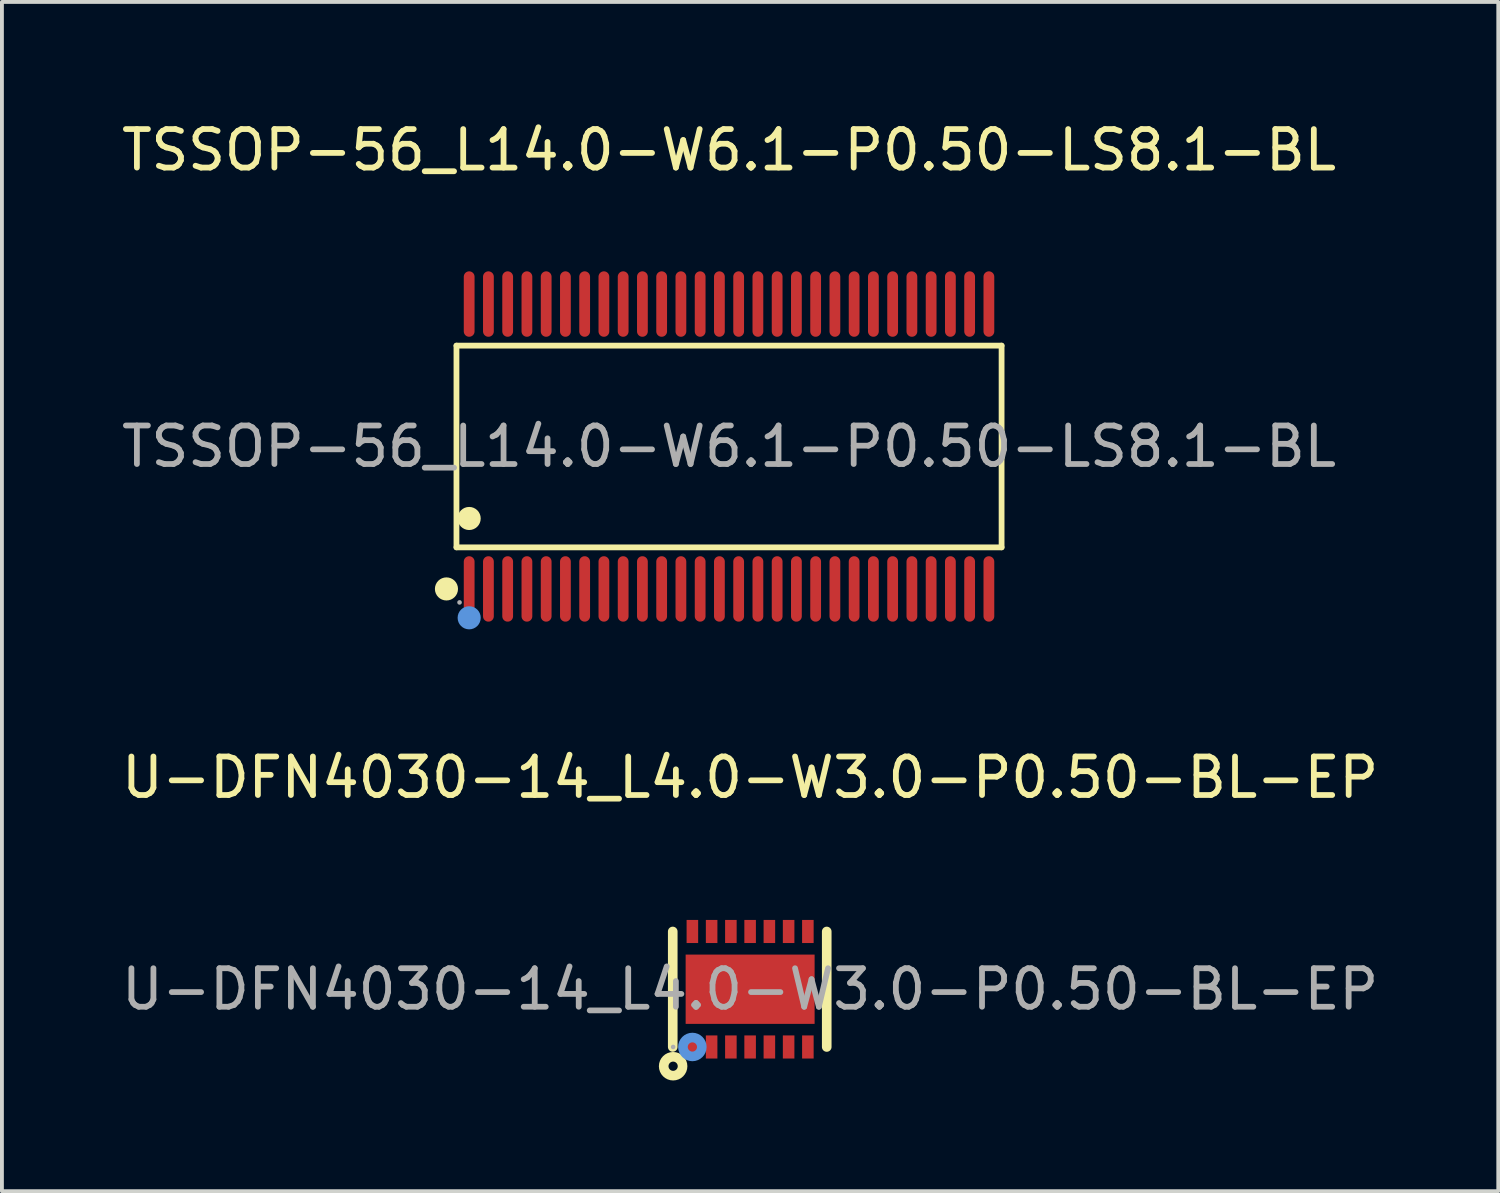
<source format=kicad_pcb>
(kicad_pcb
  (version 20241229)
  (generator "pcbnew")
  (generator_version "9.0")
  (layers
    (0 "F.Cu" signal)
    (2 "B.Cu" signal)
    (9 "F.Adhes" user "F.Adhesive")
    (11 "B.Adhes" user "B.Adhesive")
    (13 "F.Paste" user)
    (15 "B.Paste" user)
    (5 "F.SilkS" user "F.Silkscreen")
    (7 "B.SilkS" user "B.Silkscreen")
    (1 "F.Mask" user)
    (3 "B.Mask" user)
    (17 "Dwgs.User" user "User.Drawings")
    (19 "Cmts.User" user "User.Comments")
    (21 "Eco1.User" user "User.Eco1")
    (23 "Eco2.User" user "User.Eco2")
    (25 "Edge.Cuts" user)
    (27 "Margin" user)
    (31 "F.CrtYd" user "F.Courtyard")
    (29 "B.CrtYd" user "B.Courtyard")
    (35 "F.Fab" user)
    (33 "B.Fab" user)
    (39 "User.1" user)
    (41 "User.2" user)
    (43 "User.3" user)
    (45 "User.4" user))
  (footprint "U-DFN4030-14_L4.0-W3.0-P0.50-BL-EP"
    (layer "F.Cu")
    (at 16.435 22.646)
    (property "Reference" "U-DFN4030-14_L4.0-W3.0-P0.50-BL-EP" (at 0 -5.5 0) (layer "F.SilkS") (effects (font (size 1 1) (thickness 0.15))))
    (attr through_hole)
    (fp_line (start -2.01 -1.5) (end -2.01 1.5) (stroke (width 0.25) (type solid)) (layer "F.SilkS"))
    (fp_line (start 1.99 -1.5) (end 1.99 1.5) (stroke (width 0.25) (type solid)) (layer "F.SilkS"))
    (fp_circle (center -2 2) (end -1.88 2) (stroke (width 0.25) (type solid)) (fill no) (layer "F.SilkS"))
    (fp_circle (center -1.5 1.5) (end -1.38 1.5) (stroke (width 0.25) (type solid)) (fill no) (layer "Cmts.User"))
    (fp_circle (center -2 1.5) (end -1.97 1.5) (stroke (width 0.06) (type solid)) (fill no) (layer "F.Fab"))
    (fp_text user "${REFERENCE}" (at 0 0 0) (layer "F.Fab") (effects (font (size 1 1) (thickness 0.15))))
    (pad "1" smd rect (at -1.5 1.5) (size 0.3 0.6) (layers "F.Cu" "F.Mask" "F.Paste"))
    (pad "2" smd rect (at -1 1.5) (size 0.3 0.6) (layers "F.Cu" "F.Mask" "F.Paste"))
    (pad "3" smd rect (at -0.5 1.5) (size 0.3 0.6) (layers "F.Cu" "F.Mask" "F.Paste"))
    (pad "4" smd rect (at 0 1.5) (size 0.3 0.6) (layers "F.Cu" "F.Mask" "F.Paste"))
    (pad "5" smd rect (at 0.5 1.5) (size 0.3 0.6) (layers "F.Cu" "F.Mask" "F.Paste"))
    (pad "6" smd rect (at 1 1.5) (size 0.3 0.6) (layers "F.Cu" "F.Mask" "F.Paste"))
    (pad "7" smd rect (at 1.5 1.5) (size 0.3 0.6) (layers "F.Cu" "F.Mask" "F.Paste"))
    (pad "8" smd rect (at 1.5 -1.5) (size 0.3 0.6) (layers "F.Cu" "F.Mask" "F.Paste"))
    (pad "9" smd rect (at 1 -1.5) (size 0.3 0.6) (layers "F.Cu" "F.Mask" "F.Paste"))
    (pad "10" smd rect (at 0.5 -1.5) (size 0.3 0.6) (layers "F.Cu" "F.Mask" "F.Paste"))
    (pad "11" smd rect (at 0 -1.5) (size 0.3 0.6) (layers "F.Cu" "F.Mask" "F.Paste"))
    (pad "12" smd rect (at -0.5 -1.5) (size 0.3 0.6) (layers "F.Cu" "F.Mask" "F.Paste"))
    (pad "13" smd rect (at -1 -1.5) (size 0.3 0.6) (layers "F.Cu" "F.Mask" "F.Paste"))
    (pad "14" smd rect (at -1.5 -1.5) (size 0.3 0.6) (layers "F.Cu" "F.Mask" "F.Paste"))
    (pad "15" smd rect (at 0 0 90) (size 1.8 3.35) (layers "F.Cu" "F.Mask" "F.Paste")))
  (footprint "TSSOP-56_L14.0-W6.1-P0.50-LS8.1-BL"
    (layer "F.Cu")
    (at 15.887 8.548)
    (property "Reference" "TSSOP-56_L14.0-W6.1-P0.50-LS8.1-BL" (at 0 -7.7 0) (layer "F.SilkS") (effects (font (size 1 1) (thickness 0.15))))
    (attr through_hole)
    (fp_line (start -7.08 -2.62) (end 7.08 -2.62) (stroke (width 0.15) (type solid)) (layer "F.SilkS"))
    (fp_line (start -7.08 2.62) (end -7.08 -2.62) (stroke (width 0.15) (type solid)) (layer "F.SilkS"))
    (fp_line (start 7.08 -2.62) (end 7.08 2.62) (stroke (width 0.15) (type solid)) (layer "F.SilkS"))
    (fp_line (start 7.08 2.62) (end -7.08 2.62) (stroke (width 0.15) (type solid)) (layer "F.SilkS"))
    (fp_circle (center -7.34 3.7) (end -7.19 3.7) (stroke (width 0.3) (type solid)) (fill no) (layer "F.SilkS"))
    (fp_circle (center -6.75 1.87) (end -6.6 1.87) (stroke (width 0.3) (type solid)) (fill no) (layer "F.SilkS"))
    (fp_circle (center -6.75 4.45) (end -6.6 4.45) (stroke (width 0.3) (type solid)) (fill no) (layer "Cmts.User"))
    (fp_circle (center -7 4.05) (end -6.97 4.05) (stroke (width 0.06) (type solid)) (fill no) (layer "F.Fab"))
    (fp_text user "${REFERENCE}" (at 0 0 0) (layer "F.Fab") (effects (font (size 1 1) (thickness 0.15))))
    (pad "1" smd oval (at -6.75 3.7) (size 0.28 1.7) (layers "F.Cu" "F.Mask" "F.Paste"))
    (pad "2" smd oval (at -6.25 3.7) (size 0.28 1.7) (layers "F.Cu" "F.Mask" "F.Paste"))
    (pad "3" smd oval (at -5.75 3.7) (size 0.28 1.7) (layers "F.Cu" "F.Mask" "F.Paste"))
    (pad "4" smd oval (at -5.25 3.7) (size 0.28 1.7) (layers "F.Cu" "F.Mask" "F.Paste"))
    (pad "5" smd oval (at -4.75 3.7) (size 0.28 1.7) (layers "F.Cu" "F.Mask" "F.Paste"))
    (pad "6" smd oval (at -4.25 3.7) (size 0.28 1.7) (layers "F.Cu" "F.Mask" "F.Paste"))
    (pad "7" smd oval (at -3.75 3.7) (size 0.28 1.7) (layers "F.Cu" "F.Mask" "F.Paste"))
    (pad "8" smd oval (at -3.25 3.7) (size 0.28 1.7) (layers "F.Cu" "F.Mask" "F.Paste"))
    (pad "9" smd oval (at -2.75 3.7) (size 0.28 1.7) (layers "F.Cu" "F.Mask" "F.Paste"))
    (pad "10" smd oval (at -2.25 3.7) (size 0.28 1.7) (layers "F.Cu" "F.Mask" "F.Paste"))
    (pad "11" smd oval (at -1.75 3.7) (size 0.28 1.7) (layers "F.Cu" "F.Mask" "F.Paste"))
    (pad "12" smd oval (at -1.25 3.7) (size 0.28 1.7) (layers "F.Cu" "F.Mask" "F.Paste"))
    (pad "13" smd oval (at -0.75 3.7) (size 0.28 1.7) (layers "F.Cu" "F.Mask" "F.Paste"))
    (pad "14" smd oval (at -0.25 3.7) (size 0.28 1.7) (layers "F.Cu" "F.Mask" "F.Paste"))
    (pad "15" smd oval (at 0.25 3.7) (size 0.28 1.7) (layers "F.Cu" "F.Mask" "F.Paste"))
    (pad "16" smd oval (at 0.75 3.7) (size 0.28 1.7) (layers "F.Cu" "F.Mask" "F.Paste"))
    (pad "17" smd oval (at 1.25 3.7) (size 0.28 1.7) (layers "F.Cu" "F.Mask" "F.Paste"))
    (pad "18" smd oval (at 1.75 3.7) (size 0.28 1.7) (layers "F.Cu" "F.Mask" "F.Paste"))
    (pad "19" smd oval (at 2.25 3.7) (size 0.28 1.7) (layers "F.Cu" "F.Mask" "F.Paste"))
    (pad "20" smd oval (at 2.75 3.7) (size 0.28 1.7) (layers "F.Cu" "F.Mask" "F.Paste"))
    (pad "21" smd oval (at 3.25 3.7) (size 0.28 1.7) (layers "F.Cu" "F.Mask" "F.Paste"))
    (pad "22" smd oval (at 3.75 3.7) (size 0.28 1.7) (layers "F.Cu" "F.Mask" "F.Paste"))
    (pad "23" smd oval (at 4.25 3.7) (size 0.28 1.7) (layers "F.Cu" "F.Mask" "F.Paste"))
    (pad "24" smd oval (at 4.75 3.7) (size 0.28 1.7) (layers "F.Cu" "F.Mask" "F.Paste"))
    (pad "25" smd oval (at 5.25 3.7) (size 0.28 1.7) (layers "F.Cu" "F.Mask" "F.Paste"))
    (pad "26" smd oval (at 5.75 3.7) (size 0.28 1.7) (layers "F.Cu" "F.Mask" "F.Paste"))
    (pad "27" smd oval (at 6.25 3.7) (size 0.28 1.7) (layers "F.Cu" "F.Mask" "F.Paste"))
    (pad "28" smd oval (at 6.75 3.7) (size 0.28 1.7) (layers "F.Cu" "F.Mask" "F.Paste"))
    (pad "29" smd oval (at 6.75 -3.7) (size 0.28 1.7) (layers "F.Cu" "F.Mask" "F.Paste"))
    (pad "30" smd oval (at 6.25 -3.7) (size 0.28 1.7) (layers "F.Cu" "F.Mask" "F.Paste"))
    (pad "31" smd oval (at 5.75 -3.7) (size 0.28 1.7) (layers "F.Cu" "F.Mask" "F.Paste"))
    (pad "32" smd oval (at 5.25 -3.7) (size 0.28 1.7) (layers "F.Cu" "F.Mask" "F.Paste"))
    (pad "33" smd oval (at 4.75 -3.7) (size 0.28 1.7) (layers "F.Cu" "F.Mask" "F.Paste"))
    (pad "34" smd oval (at 4.25 -3.7) (size 0.28 1.7) (layers "F.Cu" "F.Mask" "F.Paste"))
    (pad "35" smd oval (at 3.75 -3.7) (size 0.28 1.7) (layers "F.Cu" "F.Mask" "F.Paste"))
    (pad "36" smd oval (at 3.25 -3.7) (size 0.28 1.7) (layers "F.Cu" "F.Mask" "F.Paste"))
    (pad "37" smd oval (at 2.75 -3.7) (size 0.28 1.7) (layers "F.Cu" "F.Mask" "F.Paste"))
    (pad "38" smd oval (at 2.25 -3.7) (size 0.28 1.7) (layers "F.Cu" "F.Mask" "F.Paste"))
    (pad "39" smd oval (at 1.75 -3.7) (size 0.28 1.7) (layers "F.Cu" "F.Mask" "F.Paste"))
    (pad "40" smd oval (at 1.25 -3.7) (size 0.28 1.7) (layers "F.Cu" "F.Mask" "F.Paste"))
    (pad "41" smd oval (at 0.75 -3.7) (size 0.28 1.7) (layers "F.Cu" "F.Mask" "F.Paste"))
    (pad "42" smd oval (at 0.25 -3.7) (size 0.28 1.7) (layers "F.Cu" "F.Mask" "F.Paste"))
    (pad "43" smd oval (at -0.25 -3.7) (size 0.28 1.7) (layers "F.Cu" "F.Mask" "F.Paste"))
    (pad "44" smd oval (at -0.75 -3.7) (size 0.28 1.7) (layers "F.Cu" "F.Mask" "F.Paste"))
    (pad "45" smd oval (at -1.25 -3.7) (size 0.28 1.7) (layers "F.Cu" "F.Mask" "F.Paste"))
    (pad "46" smd oval (at -1.75 -3.7) (size 0.28 1.7) (layers "F.Cu" "F.Mask" "F.Paste"))
    (pad "47" smd oval (at -2.25 -3.7) (size 0.28 1.7) (layers "F.Cu" "F.Mask" "F.Paste"))
    (pad "48" smd oval (at -2.75 -3.7) (size 0.28 1.7) (layers "F.Cu" "F.Mask" "F.Paste"))
    (pad "49" smd oval (at -3.25 -3.7) (size 0.28 1.7) (layers "F.Cu" "F.Mask" "F.Paste"))
    (pad "50" smd oval (at -3.75 -3.7) (size 0.28 1.7) (layers "F.Cu" "F.Mask" "F.Paste"))
    (pad "51" smd oval (at -4.25 -3.7) (size 0.28 1.7) (layers "F.Cu" "F.Mask" "F.Paste"))
    (pad "52" smd oval (at -4.75 -3.7) (size 0.28 1.7) (layers "F.Cu" "F.Mask" "F.Paste"))
    (pad "53" smd oval (at -5.25 -3.7) (size 0.28 1.7) (layers "F.Cu" "F.Mask" "F.Paste"))
    (pad "54" smd oval (at -5.75 -3.7) (size 0.28 1.7) (layers "F.Cu" "F.Mask" "F.Paste"))
    (pad "55" smd oval (at -6.25 -3.7) (size 0.28 1.7) (layers "F.Cu" "F.Mask" "F.Paste"))
    (pad "56" smd oval (at -6.75 -3.7) (size 0.28 1.7) (layers "F.Cu" "F.Mask" "F.Paste")))
  (gr_rect
    (start -3 -3)
    (end 35.869 27.892)
    (stroke (width 0.1) (type default))
    (fill no)
    (layer "Edge.Cuts")))
</source>
